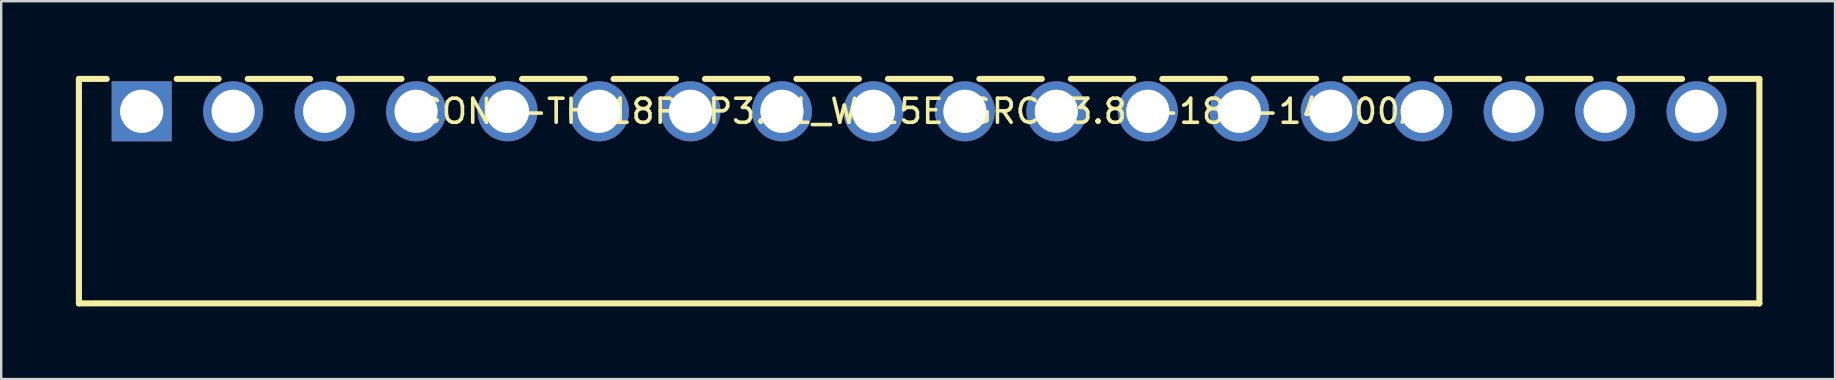
<source format=kicad_pcb>
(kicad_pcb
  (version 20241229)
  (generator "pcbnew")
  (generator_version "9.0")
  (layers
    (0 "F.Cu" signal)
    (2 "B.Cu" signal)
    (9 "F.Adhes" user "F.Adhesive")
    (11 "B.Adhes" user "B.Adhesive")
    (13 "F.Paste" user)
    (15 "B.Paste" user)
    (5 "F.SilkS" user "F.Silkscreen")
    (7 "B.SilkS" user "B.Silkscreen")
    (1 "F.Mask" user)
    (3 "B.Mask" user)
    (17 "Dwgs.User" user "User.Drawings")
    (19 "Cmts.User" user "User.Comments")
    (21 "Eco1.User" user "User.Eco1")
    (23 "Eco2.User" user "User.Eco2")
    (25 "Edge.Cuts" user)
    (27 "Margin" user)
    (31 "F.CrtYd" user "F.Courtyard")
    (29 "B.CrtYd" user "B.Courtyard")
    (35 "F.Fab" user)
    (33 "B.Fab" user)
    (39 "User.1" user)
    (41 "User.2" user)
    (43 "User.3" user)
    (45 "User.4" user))
  (footprint "CONN-TH_18P-P3.81_WJ15EDGRC-3.81-18P-14-00A"
    (layer "F.Cu")
    (at 35.237 1.587)
    (property "Reference" "CONN-TH_18P-P3.81_WJ15EDGRC-3.81-18P-14-00A" (at 0 0 0) (unlocked yes) (layer "F.SilkS") (effects (font (size 1 1) (thickness 0.15))))
    (fp_line (start -35 -1.35) (end -35 8) (stroke (width 0.254) (type default)) (layer "F.SilkS"))
    (fp_line (start -35 -1.35) (end -33.843 -1.35) (stroke (width 0.254) (type default)) (layer "F.SilkS"))
    (fp_line (start -35 8) (end 35 8) (stroke (width 0.254) (type default)) (layer "F.SilkS"))
    (fp_line (start -30.927 -1.35) (end -29.18 -1.35) (stroke (width 0.254) (type default)) (layer "F.SilkS"))
    (fp_line (start -27.97 -1.35) (end -25.37 -1.35) (stroke (width 0.254) (type default)) (layer "F.SilkS"))
    (fp_line (start -24.16 -1.35) (end -21.561 -1.35) (stroke (width 0.254) (type default)) (layer "F.SilkS"))
    (fp_line (start -20.349 -1.35) (end -17.75 -1.35) (stroke (width 0.254) (type default)) (layer "F.SilkS"))
    (fp_line (start -16.54 -1.35) (end -13.941 -1.35) (stroke (width 0.254) (type default)) (layer "F.SilkS"))
    (fp_line (start -12.729 -1.35) (end -10.13 -1.35) (stroke (width 0.254) (type default)) (layer "F.SilkS"))
    (fp_line (start -8.919 -1.35) (end -6.321 -1.35) (stroke (width 0.254) (type default)) (layer "F.SilkS"))
    (fp_line (start -5.109 -1.35) (end -2.51 -1.35) (stroke (width 0.254) (type default)) (layer "F.SilkS"))
    (fp_line (start -1.3 -1.35) (end 1.3 -1.35) (stroke (width 0.254) (type default)) (layer "F.SilkS"))
    (fp_line (start 2.51 -1.35) (end 5.109 -1.35) (stroke (width 0.254) (type default)) (layer "F.SilkS"))
    (fp_line (start 6.321 -1.35) (end 8.919 -1.35) (stroke (width 0.254) (type default)) (layer "F.SilkS"))
    (fp_line (start 10.13 -1.35) (end 12.729 -1.35) (stroke (width 0.254) (type default)) (layer "F.SilkS"))
    (fp_line (start 13.941 -1.35) (end 16.54 -1.35) (stroke (width 0.254) (type default)) (layer "F.SilkS"))
    (fp_line (start 17.75 -1.35) (end 20.349 -1.35) (stroke (width 0.254) (type default)) (layer "F.SilkS"))
    (fp_line (start 21.561 -1.35) (end 24.16 -1.35) (stroke (width 0.254) (type default)) (layer "F.SilkS"))
    (fp_line (start 25.37 -1.35) (end 27.97 -1.35) (stroke (width 0.254) (type default)) (layer "F.SilkS"))
    (fp_line (start 29.18 -1.35) (end 31.779 -1.35) (stroke (width 0.254) (type default)) (layer "F.SilkS"))
    (fp_line (start 32.99 -1.35) (end 35 -1.35) (stroke (width 0.254) (type default)) (layer "F.SilkS"))
    (fp_line (start 35 8) (end 35 -1.35) (stroke (width 0.254) (type default)) (layer "F.SilkS"))
    (fp_poly (pts (xy -31.585 0) (xy -31.605 -0.178) (xy -31.664 -0.347) (xy -31.76 -0.499) (xy -31.886 -0.625) (xy -32.038 -0.721) (xy -32.207 -0.78) (xy -32.385 -0.8) (xy -32.563 -0.78) (xy -32.732 -0.721) (xy -32.884 -0.625) (xy -33.01 -0.499) (xy -33.106 -0.347) (xy -33.165 -0.178) (xy -33.185 0) (xy -33.165 0.178) (xy -33.106 0.347) (xy -33.01 0.499) (xy -32.884 0.625) (xy -32.732 0.721) (xy -32.563 0.78) (xy -32.385 0.8) (xy -32.207 0.78) (xy -32.038 0.721) (xy -31.886 0.625) (xy -31.76 0.499) (xy -31.664 0.347) (xy -31.605 0.178)) (stroke (width 0.1) (type default)) (fill no) (layer "User.1"))
    (fp_poly (pts (xy -27.775 0) (xy -27.795 -0.178) (xy -27.854 -0.347) (xy -27.95 -0.499) (xy -28.076 -0.625) (xy -28.228 -0.721) (xy -28.397 -0.78) (xy -28.575 -0.8) (xy -28.753 -0.78) (xy -28.922 -0.721) (xy -29.074 -0.625) (xy -29.2 -0.499) (xy -29.296 -0.347) (xy -29.355 -0.178) (xy -29.375 0) (xy -29.355 0.178) (xy -29.296 0.347) (xy -29.2 0.499) (xy -29.074 0.625) (xy -28.922 0.721) (xy -28.753 0.78) (xy -28.575 0.8) (xy -28.397 0.78) (xy -28.228 0.721) (xy -28.076 0.625) (xy -27.95 0.499) (xy -27.854 0.347) (xy -27.795 0.178)) (stroke (width 0.1) (type default)) (fill no) (layer "User.1"))
    (fp_poly (pts (xy -23.965 0) (xy -23.985 -0.178) (xy -24.044 -0.347) (xy -24.14 -0.499) (xy -24.266 -0.625) (xy -24.418 -0.721) (xy -24.587 -0.78) (xy -24.765 -0.8) (xy -24.943 -0.78) (xy -25.112 -0.721) (xy -25.264 -0.625) (xy -25.39 -0.499) (xy -25.486 -0.347) (xy -25.545 -0.178) (xy -25.565 0) (xy -25.545 0.178) (xy -25.486 0.347) (xy -25.39 0.499) (xy -25.264 0.625) (xy -25.112 0.721) (xy -24.943 0.78) (xy -24.765 0.8) (xy -24.587 0.78) (xy -24.418 0.721) (xy -24.266 0.625) (xy -24.14 0.499) (xy -24.044 0.347) (xy -23.985 0.178)) (stroke (width 0.1) (type default)) (fill no) (layer "User.1"))
    (fp_poly (pts (xy -20.155 0) (xy -20.175 -0.178) (xy -20.234 -0.347) (xy -20.33 -0.499) (xy -20.456 -0.625) (xy -20.608 -0.721) (xy -20.777 -0.78) (xy -20.955 -0.8) (xy -21.133 -0.78) (xy -21.302 -0.721) (xy -21.454 -0.625) (xy -21.58 -0.499) (xy -21.676 -0.347) (xy -21.735 -0.178) (xy -21.755 0) (xy -21.735 0.178) (xy -21.676 0.347) (xy -21.58 0.499) (xy -21.454 0.625) (xy -21.302 0.721) (xy -21.133 0.78) (xy -20.955 0.8) (xy -20.777 0.78) (xy -20.608 0.721) (xy -20.456 0.625) (xy -20.33 0.499) (xy -20.234 0.347) (xy -20.175 0.178)) (stroke (width 0.1) (type default)) (fill no) (layer "User.1"))
    (fp_poly (pts (xy -16.345 0) (xy -16.365 -0.178) (xy -16.424 -0.347) (xy -16.52 -0.499) (xy -16.646 -0.625) (xy -16.798 -0.721) (xy -16.967 -0.78) (xy -17.145 -0.8) (xy -17.323 -0.78) (xy -17.492 -0.721) (xy -17.644 -0.625) (xy -17.77 -0.499) (xy -17.866 -0.347) (xy -17.925 -0.178) (xy -17.945 0) (xy -17.925 0.178) (xy -17.866 0.347) (xy -17.77 0.499) (xy -17.644 0.625) (xy -17.492 0.721) (xy -17.323 0.78) (xy -17.145 0.8) (xy -16.967 0.78) (xy -16.798 0.721) (xy -16.646 0.625) (xy -16.52 0.499) (xy -16.424 0.347) (xy -16.365 0.178)) (stroke (width 0.1) (type default)) (fill no) (layer "User.1"))
    (fp_poly (pts (xy -12.535 0) (xy -12.555 -0.178) (xy -12.614 -0.347) (xy -12.71 -0.499) (xy -12.836 -0.625) (xy -12.988 -0.721) (xy -13.157 -0.78) (xy -13.335 -0.8) (xy -13.513 -0.78) (xy -13.682 -0.721) (xy -13.834 -0.625) (xy -13.96 -0.499) (xy -14.056 -0.347) (xy -14.115 -0.178) (xy -14.135 0) (xy -14.115 0.178) (xy -14.056 0.347) (xy -13.96 0.499) (xy -13.834 0.625) (xy -13.682 0.721) (xy -13.513 0.78) (xy -13.335 0.8) (xy -13.157 0.78) (xy -12.988 0.721) (xy -12.836 0.625) (xy -12.71 0.499) (xy -12.614 0.347) (xy -12.555 0.178)) (stroke (width 0.1) (type default)) (fill no) (layer "User.1"))
    (fp_poly (pts (xy -8.725 0) (xy -8.745 -0.178) (xy -8.804 -0.347) (xy -8.9 -0.499) (xy -9.026 -0.625) (xy -9.178 -0.721) (xy -9.347 -0.78) (xy -9.525 -0.8) (xy -9.703 -0.78) (xy -9.872 -0.721) (xy -10.024 -0.625) (xy -10.15 -0.499) (xy -10.246 -0.347) (xy -10.305 -0.178) (xy -10.325 0) (xy -10.305 0.178) (xy -10.246 0.347) (xy -10.15 0.499) (xy -10.024 0.625) (xy -9.872 0.721) (xy -9.703 0.78) (xy -9.525 0.8) (xy -9.347 0.78) (xy -9.178 0.721) (xy -9.026 0.625) (xy -8.9 0.499) (xy -8.804 0.347) (xy -8.745 0.178)) (stroke (width 0.1) (type default)) (fill no) (layer "User.1"))
    (fp_poly (pts (xy -4.915 0) (xy -4.935 -0.178) (xy -4.994 -0.347) (xy -5.09 -0.499) (xy -5.216 -0.625) (xy -5.368 -0.721) (xy -5.537 -0.78) (xy -5.715 -0.8) (xy -5.893 -0.78) (xy -6.062 -0.721) (xy -6.214 -0.625) (xy -6.34 -0.499) (xy -6.436 -0.347) (xy -6.495 -0.178) (xy -6.515 0) (xy -6.495 0.178) (xy -6.436 0.347) (xy -6.34 0.499) (xy -6.214 0.625) (xy -6.062 0.721) (xy -5.893 0.78) (xy -5.715 0.8) (xy -5.537 0.78) (xy -5.368 0.721) (xy -5.216 0.625) (xy -5.09 0.499) (xy -4.994 0.347) (xy -4.935 0.178)) (stroke (width 0.1) (type default)) (fill no) (layer "User.1"))
    (fp_poly (pts (xy -1.105 0) (xy -1.125 -0.178) (xy -1.184 -0.347) (xy -1.28 -0.499) (xy -1.406 -0.625) (xy -1.558 -0.721) (xy -1.727 -0.78) (xy -1.905 -0.8) (xy -2.083 -0.78) (xy -2.252 -0.721) (xy -2.404 -0.625) (xy -2.53 -0.499) (xy -2.626 -0.347) (xy -2.685 -0.178) (xy -2.705 0) (xy -2.685 0.178) (xy -2.626 0.347) (xy -2.53 0.499) (xy -2.404 0.625) (xy -2.252 0.721) (xy -2.083 0.78) (xy -1.905 0.8) (xy -1.727 0.78) (xy -1.558 0.721) (xy -1.406 0.625) (xy -1.28 0.499) (xy -1.184 0.347) (xy -1.125 0.178)) (stroke (width 0.1) (type default)) (fill no) (layer "User.1"))
    (fp_poly (pts (xy 2.705 0) (xy 2.685 -0.178) (xy 2.626 -0.347) (xy 2.53 -0.499) (xy 2.404 -0.625) (xy 2.252 -0.721) (xy 2.083 -0.78) (xy 1.905 -0.8) (xy 1.727 -0.78) (xy 1.558 -0.721) (xy 1.406 -0.625) (xy 1.28 -0.499) (xy 1.184 -0.347) (xy 1.125 -0.178) (xy 1.105 0) (xy 1.125 0.178) (xy 1.184 0.347) (xy 1.28 0.499) (xy 1.406 0.625) (xy 1.558 0.721) (xy 1.727 0.78) (xy 1.905 0.8) (xy 2.083 0.78) (xy 2.252 0.721) (xy 2.404 0.625) (xy 2.53 0.499) (xy 2.626 0.347) (xy 2.685 0.178)) (stroke (width 0.1) (type default)) (fill no) (layer "User.1"))
    (fp_poly (pts (xy 6.515 0) (xy 6.495 -0.178) (xy 6.436 -0.347) (xy 6.34 -0.499) (xy 6.214 -0.625) (xy 6.062 -0.721) (xy 5.893 -0.78) (xy 5.715 -0.8) (xy 5.537 -0.78) (xy 5.368 -0.721) (xy 5.216 -0.625) (xy 5.09 -0.499) (xy 4.994 -0.347) (xy 4.935 -0.178) (xy 4.915 0) (xy 4.935 0.178) (xy 4.994 0.347) (xy 5.09 0.499) (xy 5.216 0.625) (xy 5.368 0.721) (xy 5.537 0.78) (xy 5.715 0.8) (xy 5.893 0.78) (xy 6.062 0.721) (xy 6.214 0.625) (xy 6.34 0.499) (xy 6.436 0.347) (xy 6.495 0.178)) (stroke (width 0.1) (type default)) (fill no) (layer "User.1"))
    (fp_poly (pts (xy 10.325 0) (xy 10.305 -0.178) (xy 10.246 -0.347) (xy 10.15 -0.499) (xy 10.024 -0.625) (xy 9.872 -0.721) (xy 9.703 -0.78) (xy 9.525 -0.8) (xy 9.347 -0.78) (xy 9.178 -0.721) (xy 9.026 -0.625) (xy 8.9 -0.499) (xy 8.804 -0.347) (xy 8.745 -0.178) (xy 8.725 0) (xy 8.745 0.178) (xy 8.804 0.347) (xy 8.9 0.499) (xy 9.026 0.625) (xy 9.178 0.721) (xy 9.347 0.78) (xy 9.525 0.8) (xy 9.703 0.78) (xy 9.872 0.721) (xy 10.024 0.625) (xy 10.15 0.499) (xy 10.246 0.347) (xy 10.305 0.178)) (stroke (width 0.1) (type default)) (fill no) (layer "User.1"))
    (fp_poly (pts (xy 14.135 0) (xy 14.115 -0.178) (xy 14.056 -0.347) (xy 13.96 -0.499) (xy 13.834 -0.625) (xy 13.682 -0.721) (xy 13.513 -0.78) (xy 13.335 -0.8) (xy 13.157 -0.78) (xy 12.988 -0.721) (xy 12.836 -0.625) (xy 12.71 -0.499) (xy 12.614 -0.347) (xy 12.555 -0.178) (xy 12.535 0) (xy 12.555 0.178) (xy 12.614 0.347) (xy 12.71 0.499) (xy 12.836 0.625) (xy 12.988 0.721) (xy 13.157 0.78) (xy 13.335 0.8) (xy 13.513 0.78) (xy 13.682 0.721) (xy 13.834 0.625) (xy 13.96 0.499) (xy 14.056 0.347) (xy 14.115 0.178)) (stroke (width 0.1) (type default)) (fill no) (layer "User.1"))
    (fp_poly (pts (xy 17.945 0) (xy 17.925 -0.178) (xy 17.866 -0.347) (xy 17.77 -0.499) (xy 17.644 -0.625) (xy 17.492 -0.721) (xy 17.323 -0.78) (xy 17.145 -0.8) (xy 16.967 -0.78) (xy 16.798 -0.721) (xy 16.646 -0.625) (xy 16.52 -0.499) (xy 16.424 -0.347) (xy 16.365 -0.178) (xy 16.345 0) (xy 16.365 0.178) (xy 16.424 0.347) (xy 16.52 0.499) (xy 16.646 0.625) (xy 16.798 0.721) (xy 16.967 0.78) (xy 17.145 0.8) (xy 17.323 0.78) (xy 17.492 0.721) (xy 17.644 0.625) (xy 17.77 0.499) (xy 17.866 0.347) (xy 17.925 0.178)) (stroke (width 0.1) (type default)) (fill no) (layer "User.1"))
    (fp_poly (pts (xy 21.755 0) (xy 21.735 -0.178) (xy 21.676 -0.347) (xy 21.58 -0.499) (xy 21.454 -0.625) (xy 21.302 -0.721) (xy 21.133 -0.78) (xy 20.955 -0.8) (xy 20.777 -0.78) (xy 20.608 -0.721) (xy 20.456 -0.625) (xy 20.33 -0.499) (xy 20.234 -0.347) (xy 20.175 -0.178) (xy 20.155 0) (xy 20.175 0.178) (xy 20.234 0.347) (xy 20.33 0.499) (xy 20.456 0.625) (xy 20.608 0.721) (xy 20.777 0.78) (xy 20.955 0.8) (xy 21.133 0.78) (xy 21.302 0.721) (xy 21.454 0.625) (xy 21.58 0.499) (xy 21.676 0.347) (xy 21.735 0.178)) (stroke (width 0.1) (type default)) (fill no) (layer "User.1"))
    (fp_poly (pts (xy 25.565 0) (xy 25.545 -0.178) (xy 25.486 -0.347) (xy 25.39 -0.499) (xy 25.264 -0.625) (xy 25.112 -0.721) (xy 24.943 -0.78) (xy 24.765 -0.8) (xy 24.587 -0.78) (xy 24.418 -0.721) (xy 24.266 -0.625) (xy 24.14 -0.499) (xy 24.044 -0.347) (xy 23.985 -0.178) (xy 23.965 0) (xy 23.985 0.178) (xy 24.044 0.347) (xy 24.14 0.499) (xy 24.266 0.625) (xy 24.418 0.721) (xy 24.587 0.78) (xy 24.765 0.8) (xy 24.943 0.78) (xy 25.112 0.721) (xy 25.264 0.625) (xy 25.39 0.499) (xy 25.486 0.347) (xy 25.545 0.178)) (stroke (width 0.1) (type default)) (fill no) (layer "User.1"))
    (fp_poly (pts (xy 29.375 0) (xy 29.355 -0.178) (xy 29.296 -0.347) (xy 29.2 -0.499) (xy 29.074 -0.625) (xy 28.922 -0.721) (xy 28.753 -0.78) (xy 28.575 -0.8) (xy 28.397 -0.78) (xy 28.228 -0.721) (xy 28.076 -0.625) (xy 27.95 -0.499) (xy 27.854 -0.347) (xy 27.795 -0.178) (xy 27.775 0) (xy 27.795 0.178) (xy 27.854 0.347) (xy 27.95 0.499) (xy 28.076 0.625) (xy 28.228 0.721) (xy 28.397 0.78) (xy 28.575 0.8) (xy 28.753 0.78) (xy 28.922 0.721) (xy 29.074 0.625) (xy 29.2 0.499) (xy 29.296 0.347) (xy 29.355 0.178)) (stroke (width 0.1) (type default)) (fill no) (layer "User.1"))
    (fp_poly (pts (xy 33.185 0) (xy 33.165 -0.178) (xy 33.106 -0.347) (xy 33.01 -0.499) (xy 32.884 -0.625) (xy 32.732 -0.721) (xy 32.563 -0.78) (xy 32.385 -0.8) (xy 32.207 -0.78) (xy 32.038 -0.721) (xy 31.886 -0.625) (xy 31.76 -0.499) (xy 31.664 -0.347) (xy 31.605 -0.178) (xy 31.585 0) (xy 31.605 0.178) (xy 31.664 0.347) (xy 31.76 0.499) (xy 31.886 0.625) (xy 32.038 0.721) (xy 32.207 0.78) (xy 32.385 0.8) (xy 32.563 0.78) (xy 32.732 0.721) (xy 32.884 0.625) (xy 33.01 0.499) (xy 33.106 0.347) (xy 33.165 0.178)) (stroke (width 0.1) (type default)) (fill no) (layer "User.1"))
    (fp_line (start -35.127 -1.477) (end 35.127 -1.477) (stroke (width 0.051) (type default)) (layer "User.2"))
    (fp_line (start -35.127 8.127) (end -35.127 -1.477) (stroke (width 0.051) (type default)) (layer "User.2"))
    (fp_line (start 35.127 -1.477) (end 35.127 8.127) (stroke (width 0.051) (type default)) (layer "User.2"))
    (fp_line (start 35.127 8.127) (end -35.127 8.127) (stroke (width 0.051) (type default)) (layer "User.2"))
    (fp_poly (pts (xy -35.067 -1.477) (xy -35.085 -1.519) (xy -35.127 -1.537) (xy -35.169 -1.519) (xy -35.187 -1.477) (xy -35.169 -1.435) (xy -35.127 -1.417) (xy -35.085 -1.435)) (stroke (width 0.1) (type default)) (fill no) (layer "User.3"))
    (pad "1" thru_hole rect (at -32.385 0) (size 2.5 2.5) (drill 1.8) (layers "*.Cu" "*.Mask"))
    (pad "2" thru_hole circle (at -28.575 0) (size 2.5 2.5) (drill 1.8) (layers "*.Cu" "*.Mask"))
    (pad "3" thru_hole circle (at -24.765 0) (size 2.5 2.5) (drill 1.8) (layers "*.Cu" "*.Mask"))
    (pad "4" thru_hole circle (at -20.955 0) (size 2.5 2.5) (drill 1.8) (layers "*.Cu" "*.Mask"))
    (pad "5" thru_hole circle (at -17.145 0) (size 2.5 2.5) (drill 1.8) (layers "*.Cu" "*.Mask"))
    (pad "6" thru_hole circle (at -13.335 0) (size 2.5 2.5) (drill 1.8) (layers "*.Cu" "*.Mask"))
    (pad "7" thru_hole circle (at -9.525 0) (size 2.5 2.5) (drill 1.8) (layers "*.Cu" "*.Mask"))
    (pad "8" thru_hole circle (at -5.715 0) (size 2.5 2.5) (drill 1.8) (layers "*.Cu" "*.Mask"))
    (pad "9" thru_hole circle (at -1.905 0) (size 2.5 2.5) (drill 1.8) (layers "*.Cu" "*.Mask"))
    (pad "10" thru_hole circle (at 1.905 0) (size 2.5 2.5) (drill 1.8) (layers "*.Cu" "*.Mask"))
    (pad "11" thru_hole circle (at 5.715 0) (size 2.5 2.5) (drill 1.8) (layers "*.Cu" "*.Mask"))
    (pad "12" thru_hole circle (at 9.525 0) (size 2.5 2.5) (drill 1.8) (layers "*.Cu" "*.Mask"))
    (pad "13" thru_hole circle (at 13.335 0) (size 2.5 2.5) (drill 1.8) (layers "*.Cu" "*.Mask"))
    (pad "14" thru_hole circle (at 17.145 0) (size 2.5 2.5) (drill 1.8) (layers "*.Cu" "*.Mask"))
    (pad "15" thru_hole circle (at 20.955 0) (size 2.5 2.5) (drill 1.8) (layers "*.Cu" "*.Mask"))
    (pad "16" thru_hole circle (at 24.765 0) (size 2.5 2.5) (drill 1.8) (layers "*.Cu" "*.Mask"))
    (pad "17" thru_hole circle (at 28.575 0) (size 2.5 2.5) (drill 1.8) (layers "*.Cu" "*.Mask"))
    (pad "18" thru_hole circle (at 32.385 0) (size 2.5 2.5) (drill 1.8) (layers "*.Cu" "*.Mask")))
  (gr_rect
    (start -3 -3)
    (end 73.389 12.739)
    (stroke (width 0.1) (type default))
    (fill no)
    (layer "Edge.Cuts")))
</source>
